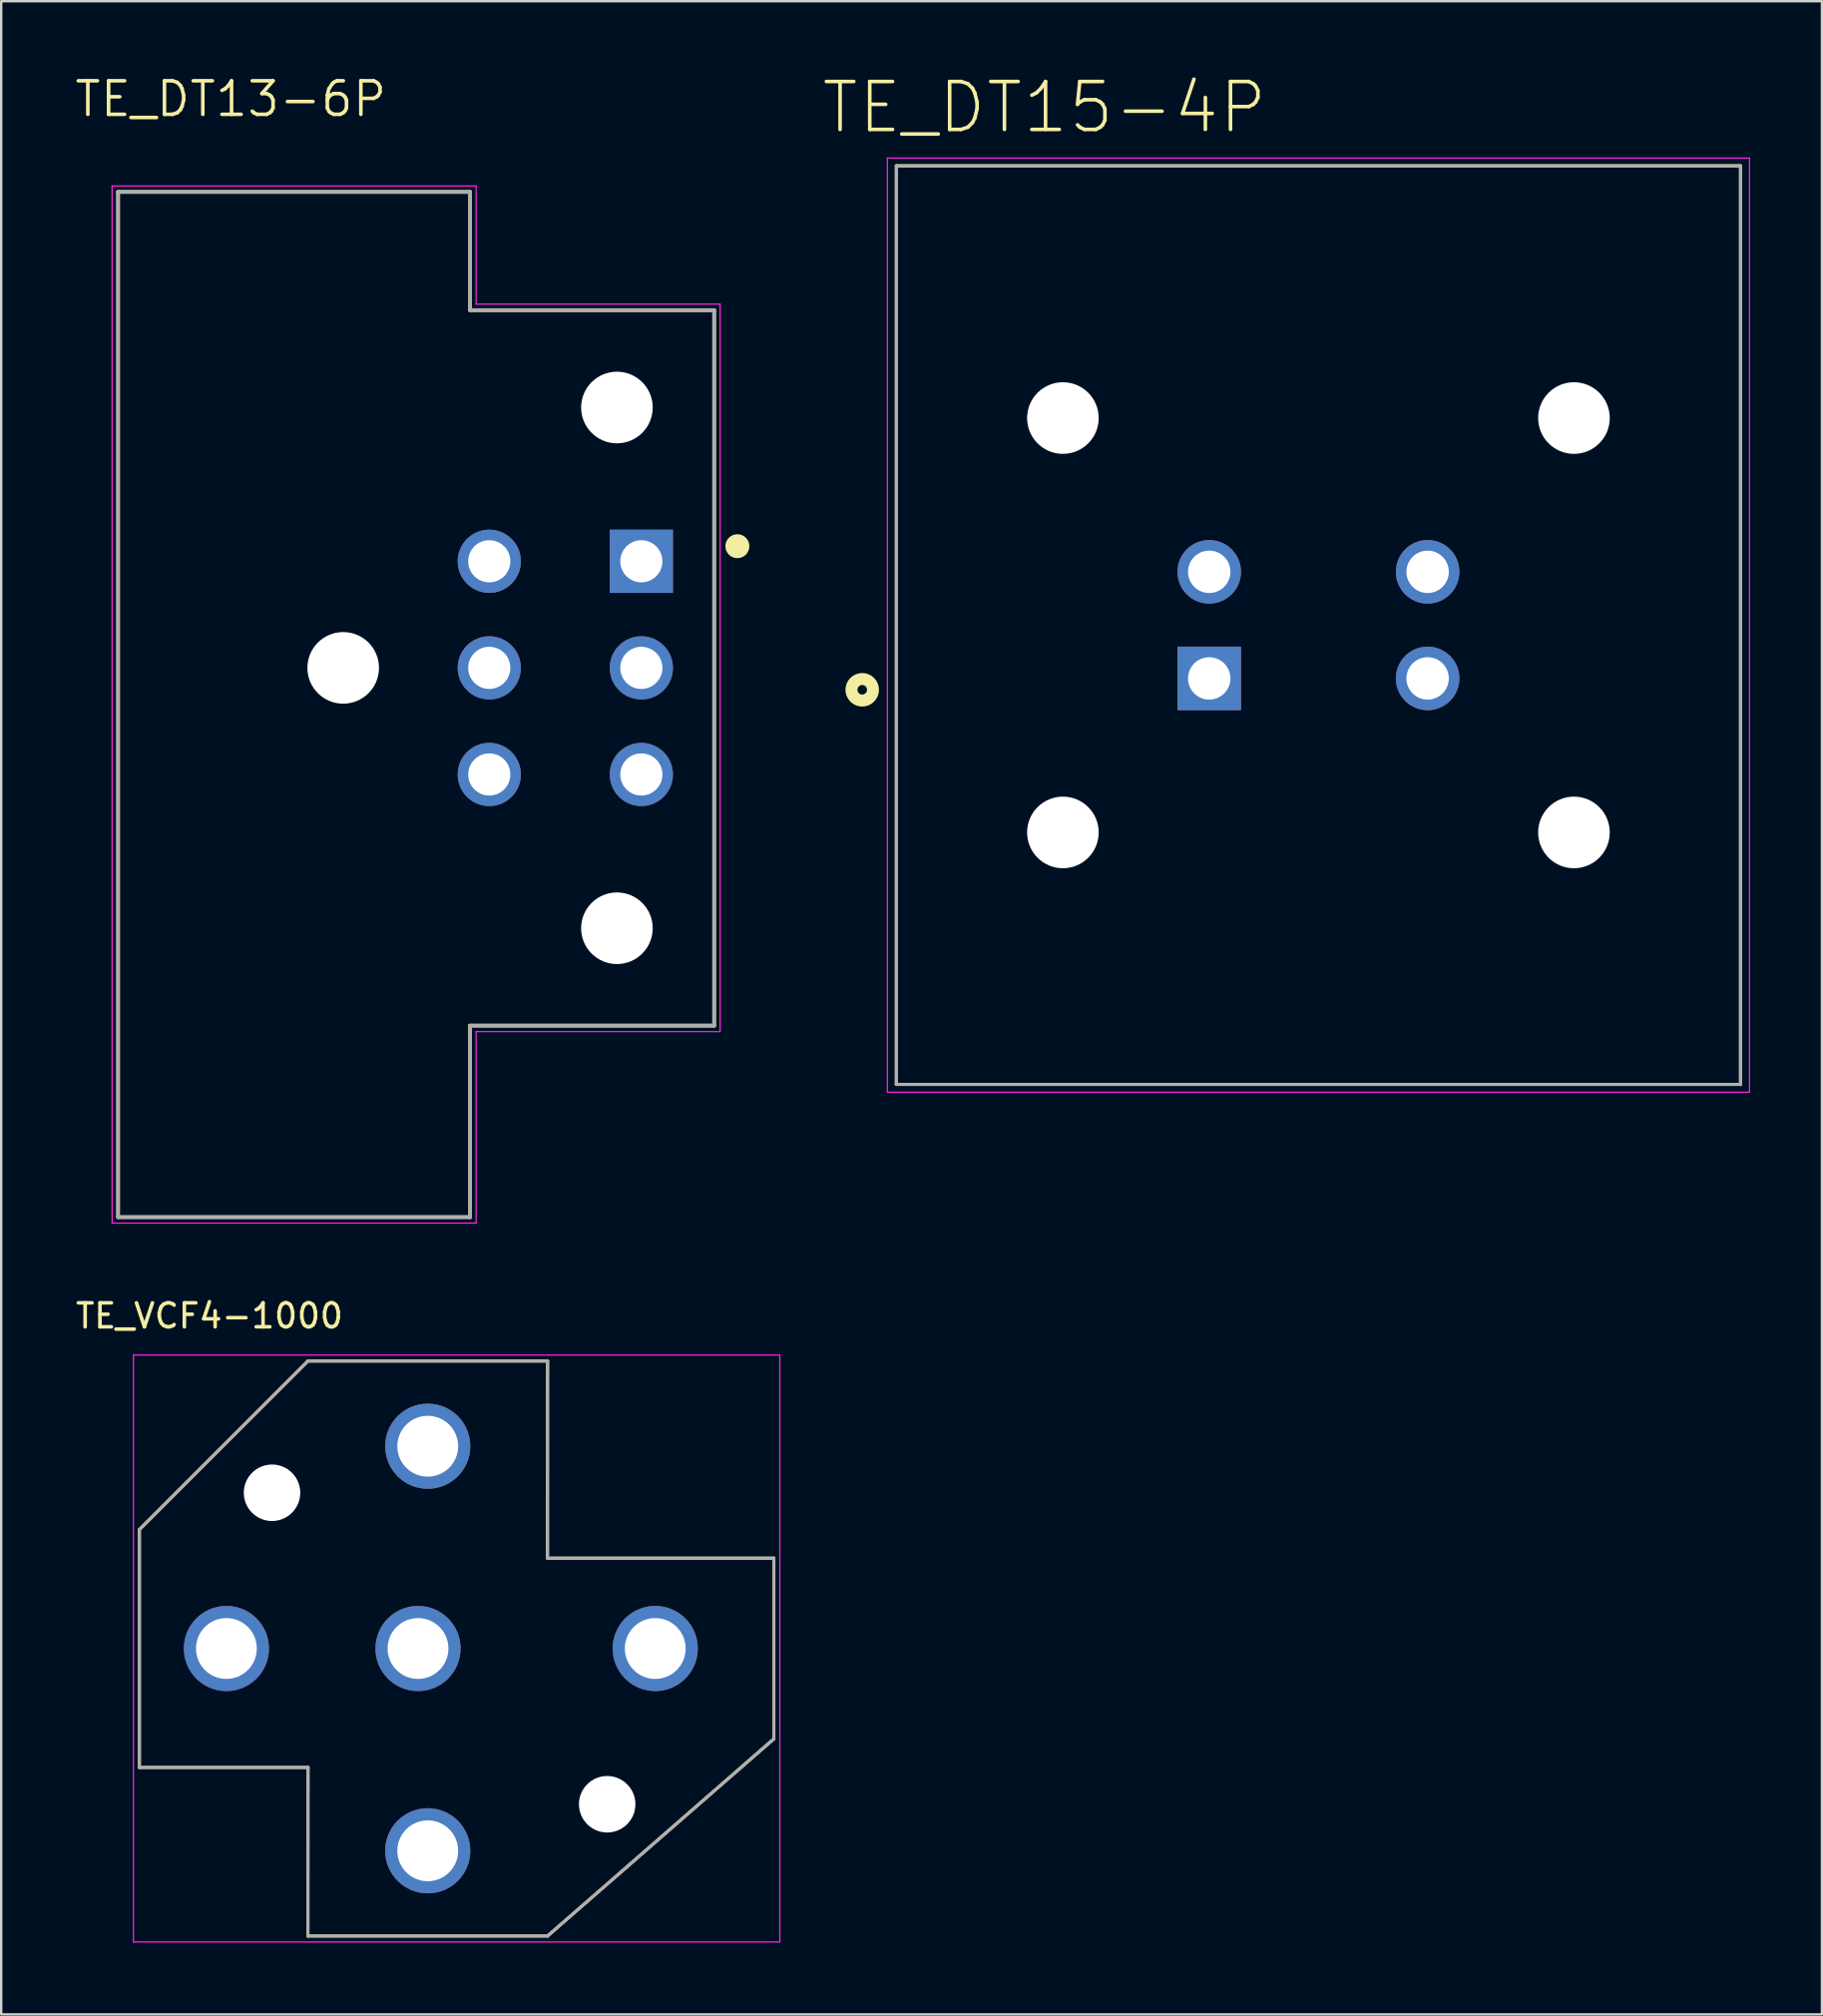
<source format=kicad_pcb>
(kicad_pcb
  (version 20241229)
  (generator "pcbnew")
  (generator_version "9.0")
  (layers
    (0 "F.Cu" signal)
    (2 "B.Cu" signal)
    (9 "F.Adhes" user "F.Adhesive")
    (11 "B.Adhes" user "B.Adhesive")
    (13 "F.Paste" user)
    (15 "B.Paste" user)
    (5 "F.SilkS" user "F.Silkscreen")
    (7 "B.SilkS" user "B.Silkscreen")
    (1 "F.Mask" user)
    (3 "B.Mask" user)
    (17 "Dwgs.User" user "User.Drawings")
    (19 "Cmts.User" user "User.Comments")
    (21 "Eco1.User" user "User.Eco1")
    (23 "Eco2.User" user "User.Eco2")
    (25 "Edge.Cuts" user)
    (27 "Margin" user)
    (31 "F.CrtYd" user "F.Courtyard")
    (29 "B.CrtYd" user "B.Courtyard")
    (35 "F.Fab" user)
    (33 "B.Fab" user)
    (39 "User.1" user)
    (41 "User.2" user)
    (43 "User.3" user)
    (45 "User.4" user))
  (footprint "TE_VCF4-1000"
    (layer "F.Cu")
    (at 14.811 65.773)
    (property "Reference" "TE_VCF4-1000" (at -9.115 -13.886 0) (layer "F.SilkS") (effects (font (size 1 1) (thickness 0.15))))
    (attr through_hole)
    (fp_line (start -12.04 -4.966) (end -5.004 -12.002) (stroke (width 0.127) (type solid)) (layer "F.SilkS"))
    (fp_line (start -12.04 4.966) (end -12.04 -4.966) (stroke (width 0.127) (type solid)) (layer "F.SilkS"))
    (fp_line (start -5.004 -12.002) (end 5.004 -12.002) (stroke (width 0.127) (type solid)) (layer "F.SilkS"))
    (fp_line (start -5.004 12.002) (end -5 4.966) (stroke (width 0.127) (type solid)) (layer "F.SilkS"))
    (fp_line (start -5 4.966) (end -12.04 4.966) (stroke (width 0.127) (type solid)) (layer "F.SilkS"))
    (fp_line (start 5 -3.772) (end 14.453 -3.772) (stroke (width 0.127) (type solid)) (layer "F.SilkS"))
    (fp_line (start 5.004 -12.002) (end 5 -3.772) (stroke (width 0.127) (type solid)) (layer "F.SilkS"))
    (fp_line (start 5.004 12.002) (end -5.004 12.002) (stroke (width 0.127) (type solid)) (layer "F.SilkS"))
    (fp_line (start 5.004 12.002) (end 14.453 3.772) (stroke (width 0.127) (type solid)) (layer "F.SilkS"))
    (fp_line (start 14.453 -3.772) (end 14.453 3.772) (stroke (width 0.127) (type solid)) (layer "F.SilkS"))
    (fp_line (start -12.29 -12.252) (end -12.29 12.252) (stroke (width 0.05) (type solid)) (layer "F.CrtYd"))
    (fp_line (start -12.29 12.252) (end 14.703 12.252) (stroke (width 0.05) (type solid)) (layer "F.CrtYd"))
    (fp_line (start 14.703 -12.252) (end -12.29 -12.252) (stroke (width 0.05) (type solid)) (layer "F.CrtYd"))
    (fp_line (start 14.703 12.252) (end 14.703 -12.252) (stroke (width 0.05) (type solid)) (layer "F.CrtYd"))
    (fp_line (start -12.04 -4.966) (end -5.004 -12.002) (stroke (width 0.127) (type solid)) (layer "F.Fab"))
    (fp_line (start -12.04 4.966) (end -12.04 -4.966) (stroke (width 0.127) (type solid)) (layer "F.Fab"))
    (fp_line (start -5.004 -12.002) (end 5.004 -12.002) (stroke (width 0.127) (type solid)) (layer "F.Fab"))
    (fp_line (start -5.004 12.002) (end -5 4.966) (stroke (width 0.127) (type solid)) (layer "F.Fab"))
    (fp_line (start -5 4.966) (end -12.04 4.966) (stroke (width 0.127) (type solid)) (layer "F.Fab"))
    (fp_line (start 5 -3.772) (end 14.453 -3.772) (stroke (width 0.127) (type solid)) (layer "F.Fab"))
    (fp_line (start 5.004 -12.002) (end 5 -3.772) (stroke (width 0.127) (type solid)) (layer "F.Fab"))
    (fp_line (start 5.004 12.002) (end -5.004 12.002) (stroke (width 0.127) (type solid)) (layer "F.Fab"))
    (fp_line (start 5.004 12.002) (end 14.453 3.772) (stroke (width 0.127) (type solid)) (layer "F.Fab"))
    (fp_line (start 14.453 -3.772) (end 14.453 3.772) (stroke (width 0.127) (type solid)) (layer "F.Fab"))
    (pad "" np_thru_hole circle (at -6.502 -6.502) (size 2.358 2.358) (drill 2.358) (layers "*.Cu" "*.Mask"))
    (pad "" np_thru_hole circle (at 7.493 6.502) (size 2.358 2.358) (drill 2.358) (layers "*.Cu" "*.Mask"))
    (pad "30" thru_hole circle (at 9.5 0) (size 3.556 3.556) (drill 2.54) (layers "*.Cu" "*.Mask"))
    (pad "85" thru_hole circle (at 0 8.445) (size 3.556 3.556) (drill 2.54) (layers "*.Cu" "*.Mask"))
    (pad "86" thru_hole circle (at 0 -8.445) (size 3.556 3.556) (drill 2.54) (layers "*.Cu" "*.Mask"))
    (pad "87" thru_hole circle (at -8.407 0) (size 3.556 3.556) (drill 2.54) (layers "*.Cu" "*.Mask"))
    (pad "87A" thru_hole circle (at -0.406 0) (size 3.556 3.556) (drill 2.54) (layers "*.Cu" "*.Mask")))
  (footprint "TE_DT15-4P"
    (layer "F.Cu")
    (at 52.004 23.048)
    (property "Reference" "TE_DT15-4P" (at -11.442 -21.613 0) (layer "F.SilkS") (effects (font (size 2.002 2.002) (thickness 0.15))))
    (attr through_hole)
    (fp_line (start -17.625 -19.175) (end -17.625 19.175) (stroke (width 0.127) (type solid)) (layer "F.SilkS"))
    (fp_line (start -17.625 19.175) (end 17.625 19.175) (stroke (width 0.127) (type solid)) (layer "F.SilkS"))
    (fp_line (start 17.625 -19.175) (end -17.625 -19.175) (stroke (width 0.127) (type solid)) (layer "F.SilkS"))
    (fp_line (start 17.625 19.175) (end 17.625 -19.175) (stroke (width 0.127) (type solid)) (layer "F.SilkS"))
    (fp_circle (center -19.05 2.7) (end -18.85 2.7) (stroke (width 0.5) (type solid)) (fill no) (layer "F.SilkS"))
    (fp_line (start -18 -19.5) (end 18 -19.5) (stroke (width 0.05) (type solid)) (layer "F.CrtYd"))
    (fp_line (start -18 19.5) (end -18 -19.5) (stroke (width 0.05) (type solid)) (layer "F.CrtYd"))
    (fp_line (start 18 -19.5) (end 18 19.5) (stroke (width 0.05) (type solid)) (layer "F.CrtYd"))
    (fp_line (start 18 19.5) (end -18 19.5) (stroke (width 0.05) (type solid)) (layer "F.CrtYd"))
    (fp_line (start -17.625 -19.175) (end -17.625 19.175) (stroke (width 0.127) (type solid)) (layer "F.Fab"))
    (fp_line (start -17.625 19.175) (end 17.625 19.175) (stroke (width 0.127) (type solid)) (layer "F.Fab"))
    (fp_line (start 17.625 -19.175) (end -17.625 -19.175) (stroke (width 0.127) (type solid)) (layer "F.Fab"))
    (fp_line (start 17.625 19.175) (end 17.625 -19.175) (stroke (width 0.127) (type solid)) (layer "F.Fab"))
    (pad "" np_thru_hole circle (at -10.67 -8.645) (size 2.99 2.99) (drill 2.99) (layers "*.Cu" "*.Mask"))
    (pad "" np_thru_hole circle (at -10.67 8.655) (size 2.99 2.99) (drill 2.99) (layers "*.Cu" "*.Mask"))
    (pad "" np_thru_hole circle (at 10.67 -8.645) (size 2.99 2.99) (drill 2.99) (layers "*.Cu" "*.Mask"))
    (pad "" np_thru_hole circle (at 10.67 8.655) (size 2.99 2.99) (drill 2.99) (layers "*.Cu" "*.Mask"))
    (pad "1" thru_hole rect (at -4.56 2.225) (size 2.655 2.655) (drill 1.77) (layers "*.Cu" "*.Mask"))
    (pad "2" thru_hole circle (at -4.56 -2.225) (size 2.655 2.655) (drill 1.77) (layers "*.Cu" "*.Mask"))
    (pad "3" thru_hole circle (at 4.56 -2.225) (size 2.655 2.655) (drill 1.77) (layers "*.Cu" "*.Mask"))
    (pad "4" thru_hole circle (at 4.56 2.225) (size 2.655 2.655) (drill 1.77) (layers "*.Cu" "*.Mask")))
  (footprint "TE_DT13-6P"
    (layer "F.Cu")
    (at 17.381 24.833)
    (property "Reference" "TE_DT13-6P" (at -10.796 -23.75 0) (layer "F.SilkS") (effects (font (size 1.4 1.4) (thickness 0.15))))
    (attr through_hole)
    (fp_line (start -15.5 -19.87) (end -15.5 22.93) (stroke (width 0.152) (type solid)) (layer "F.SilkS"))
    (fp_line (start -15.5 22.93) (end -0.8 22.93) (stroke (width 0.152) (type solid)) (layer "F.SilkS"))
    (fp_line (start -0.8 -19.87) (end -15.5 -19.87) (stroke (width 0.152) (type solid)) (layer "F.SilkS"))
    (fp_line (start -0.8 -14.935) (end -0.8 -19.87) (stroke (width 0.152) (type solid)) (layer "F.SilkS"))
    (fp_line (start -0.8 -14.935) (end 9.39 -14.935) (stroke (width 0.152) (type solid)) (layer "F.SilkS"))
    (fp_line (start -0.8 22.93) (end -0.8 14.935) (stroke (width 0.152) (type solid)) (layer "F.SilkS"))
    (fp_line (start 9.39 -14.935) (end 9.39 14.935) (stroke (width 0.152) (type solid)) (layer "F.SilkS"))
    (fp_line (start 9.39 14.935) (end -0.8 14.935) (stroke (width 0.152) (type solid)) (layer "F.SilkS"))
    (fp_circle (center 10.36 -5.08) (end 10.61 -5.08) (stroke (width 0.5) (type solid)) (fill no) (layer "F.SilkS"))
    (fp_line (start -15.75 -20.12) (end -0.55 -20.12) (stroke (width 0.05) (type solid)) (layer "F.CrtYd"))
    (fp_line (start -15.75 23.18) (end -15.75 -20.12) (stroke (width 0.05) (type solid)) (layer "F.CrtYd"))
    (fp_line (start -0.55 -20.12) (end -0.55 -15.185) (stroke (width 0.05) (type solid)) (layer "F.CrtYd"))
    (fp_line (start -0.55 -15.185) (end 9.64 -15.185) (stroke (width 0.05) (type solid)) (layer "F.CrtYd"))
    (fp_line (start -0.55 15.185) (end -0.55 23.18) (stroke (width 0.05) (type solid)) (layer "F.CrtYd"))
    (fp_line (start -0.55 23.18) (end -15.75 23.18) (stroke (width 0.05) (type solid)) (layer "F.CrtYd"))
    (fp_line (start 9.64 -15.185) (end 9.64 15.185) (stroke (width 0.05) (type solid)) (layer "F.CrtYd"))
    (fp_line (start 9.64 15.185) (end -0.55 15.185) (stroke (width 0.05) (type solid)) (layer "F.CrtYd"))
    (fp_line (start -15.5 -19.87) (end -15.5 22.93) (stroke (width 0.152) (type solid)) (layer "F.Fab"))
    (fp_line (start -15.5 22.93) (end -0.8 22.93) (stroke (width 0.152) (type solid)) (layer "F.Fab"))
    (fp_line (start -0.8 -19.87) (end -15.5 -19.87) (stroke (width 0.152) (type solid)) (layer "F.Fab"))
    (fp_line (start -0.8 -14.935) (end -0.8 -19.87) (stroke (width 0.152) (type solid)) (layer "F.Fab"))
    (fp_line (start -0.8 -14.935) (end 9.39 -14.935) (stroke (width 0.152) (type solid)) (layer "F.Fab"))
    (fp_line (start -0.8 22.93) (end -0.8 14.935) (stroke (width 0.152) (type solid)) (layer "F.Fab"))
    (fp_line (start 9.39 -14.935) (end 9.39 14.935) (stroke (width 0.152) (type solid)) (layer "F.Fab"))
    (fp_line (start 9.39 14.935) (end -0.8 14.935) (stroke (width 0.152) (type solid)) (layer "F.Fab"))
    (pad "" np_thru_hole circle (at -6.1 0) (size 2.99 2.99) (drill 2.99) (layers "*.Cu" "*.Mask"))
    (pad "" np_thru_hole circle (at 5.33 -10.87) (size 2.99 2.99) (drill 2.99) (layers "*.Cu" "*.Mask"))
    (pad "" np_thru_hole circle (at 5.33 10.87) (size 2.99 2.99) (drill 2.99) (layers "*.Cu" "*.Mask"))
    (pad "1" thru_hole rect (at 6.35 -4.45) (size 2.64 2.64) (drill 1.76) (layers "*.Cu" "*.Mask"))
    (pad "2" thru_hole circle (at 6.35 0) (size 2.64 2.64) (drill 1.76) (layers "*.Cu" "*.Mask"))
    (pad "3" thru_hole circle (at 6.35 4.45) (size 2.64 2.64) (drill 1.76) (layers "*.Cu" "*.Mask"))
    (pad "4" thru_hole circle (at 0 4.45) (size 2.64 2.64) (drill 1.76) (layers "*.Cu" "*.Mask"))
    (pad "5" thru_hole circle (at 0 0) (size 2.64 2.64) (drill 1.76) (layers "*.Cu" "*.Mask"))
    (pad "6" thru_hole circle (at 0 -4.45) (size 2.64 2.64) (drill 1.76) (layers "*.Cu" "*.Mask")))
  (gr_rect
    (start -3 -3)
    (end 73.029 81.049)
    (stroke (width 0.1) (type default))
    (fill no)
    (layer "Edge.Cuts")))
</source>
